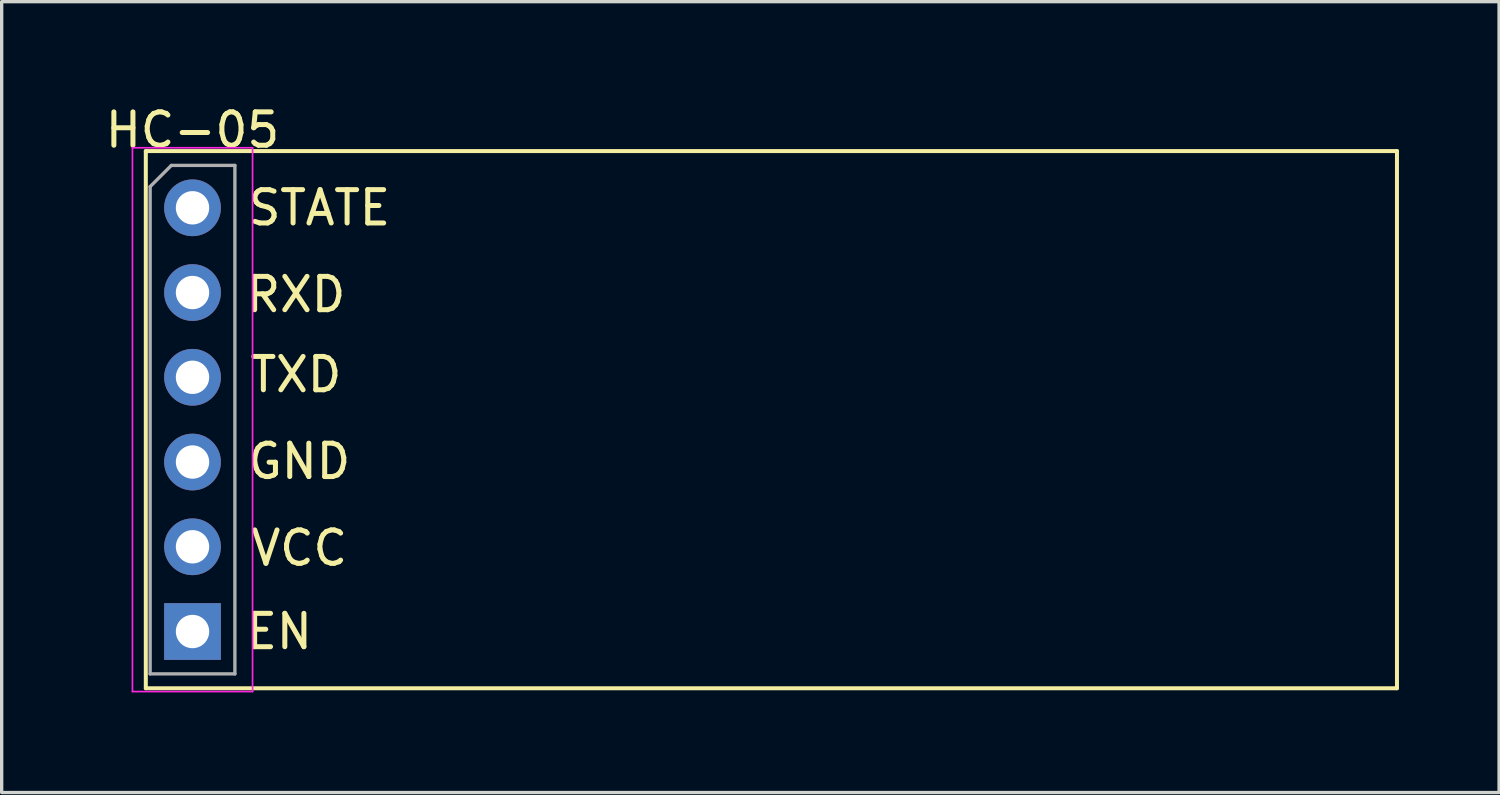
<source format=kicad_pcb>
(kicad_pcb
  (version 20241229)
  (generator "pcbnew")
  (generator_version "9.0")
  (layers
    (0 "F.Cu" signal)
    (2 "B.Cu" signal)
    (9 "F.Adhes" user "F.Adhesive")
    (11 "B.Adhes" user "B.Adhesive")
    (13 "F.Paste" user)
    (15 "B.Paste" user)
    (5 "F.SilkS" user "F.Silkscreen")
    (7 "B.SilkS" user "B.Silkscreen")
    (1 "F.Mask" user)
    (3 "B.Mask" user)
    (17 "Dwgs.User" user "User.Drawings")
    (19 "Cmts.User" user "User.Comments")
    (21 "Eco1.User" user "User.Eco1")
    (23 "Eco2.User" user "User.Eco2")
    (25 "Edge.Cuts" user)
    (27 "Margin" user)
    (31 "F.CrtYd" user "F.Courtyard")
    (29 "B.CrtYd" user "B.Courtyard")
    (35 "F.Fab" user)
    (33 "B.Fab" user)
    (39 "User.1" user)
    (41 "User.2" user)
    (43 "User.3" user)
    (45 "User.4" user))
  (footprint "HC-05"
    (layer "F.Cu")
    (at 2.72 3.178)
    (property "Reference" "HC-05" (at 0 -2.33 0) (layer "F.SilkS") (effects (font (size 1 1) (thickness 0.15))))
    (attr through_hole)
    (fp_line (start -1.4 -1.7) (end -1.4 14.4) (stroke (width 0.12) (type solid)) (layer "F.SilkS"))
    (fp_line (start -1.4 -1.7) (end 36.1 -1.7) (stroke (width 0.12) (type solid)) (layer "F.SilkS"))
    (fp_line (start -1.4 14.4) (end 36.1 14.4) (stroke (width 0.12) (type solid)) (layer "F.SilkS"))
    (fp_line (start 36.1 -1.7) (end 36.1 14.4) (stroke (width 0.12) (type solid)) (layer "F.SilkS"))
    (fp_line (start -1.8 -1.8) (end -1.8 14.5) (stroke (width 0.05) (type solid)) (layer "F.CrtYd"))
    (fp_line (start -1.8 14.5) (end 1.8 14.5) (stroke (width 0.05) (type solid)) (layer "F.CrtYd"))
    (fp_line (start 1.8 -1.8) (end -1.8 -1.8) (stroke (width 0.05) (type solid)) (layer "F.CrtYd"))
    (fp_line (start 1.8 14.5) (end 1.8 -1.8) (stroke (width 0.05) (type solid)) (layer "F.CrtYd"))
    (fp_line (start -1.27 -0.635) (end -0.635 -1.27) (stroke (width 0.1) (type solid)) (layer "F.Fab"))
    (fp_line (start -1.27 13.97) (end -1.27 -0.635) (stroke (width 0.1) (type solid)) (layer "F.Fab"))
    (fp_line (start -0.635 -1.27) (end 1.27 -1.27) (stroke (width 0.1) (type solid)) (layer "F.Fab"))
    (fp_line (start 1.27 -1.27) (end 1.27 13.97) (stroke (width 0.1) (type solid)) (layer "F.Fab"))
    (fp_line (start 1.27 13.97) (end -1.27 13.97) (stroke (width 0.1) (type solid)) (layer "F.Fab"))
    (fp_text user "TXD" (at 3.1 5 0) (layer "F.SilkS") (effects (font (size 1 1) (thickness 0.15))))
    (fp_text user "RXD" (at 3.1 2.6 0) (layer "F.SilkS") (effects (font (size 1 1) (thickness 0.15))))
    (fp_text user "VCC" (at 3.2 10.2 0) (layer "F.SilkS") (effects (font (size 1 1) (thickness 0.15))))
    (fp_text user "STATE" (at 3.8 0 0) (layer "F.SilkS") (effects (font (size 1 1) (thickness 0.15))))
    (fp_text user "EN" (at 2.6 12.7 0) (layer "F.SilkS") (effects (font (size 1 1) (thickness 0.15))))
    (fp_text user "GND" (at 3.2 7.6 0) (layer "F.SilkS") (effects (font (size 1 1) (thickness 0.15))))
    (pad "1" thru_hole rect (at 0 12.7) (size 1.7 1.7) (drill 1) (layers "*.Cu" "*.Mask"))
    (pad "2" thru_hole oval (at 0 10.16) (size 1.7 1.7) (drill 1) (layers "*.Cu" "*.Mask"))
    (pad "3" thru_hole oval (at 0 7.62) (size 1.7 1.7) (drill 1) (layers "*.Cu" "*.Mask"))
    (pad "4" thru_hole oval (at 0 5.08) (size 1.7 1.7) (drill 1) (layers "*.Cu" "*.Mask"))
    (pad "5" thru_hole oval (at 0 2.54) (size 1.7 1.7) (drill 1) (layers "*.Cu" "*.Mask"))
    (pad "6" thru_hole circle (at 0 0) (size 1.7 1.7) (drill 1) (layers "*.Cu" "*.Mask")))
  (gr_rect
    (start -3 -3)
    (end 41.88 20.703)
    (stroke (width 0.1) (type default))
    (fill no)
    (layer "Edge.Cuts")))
</source>
